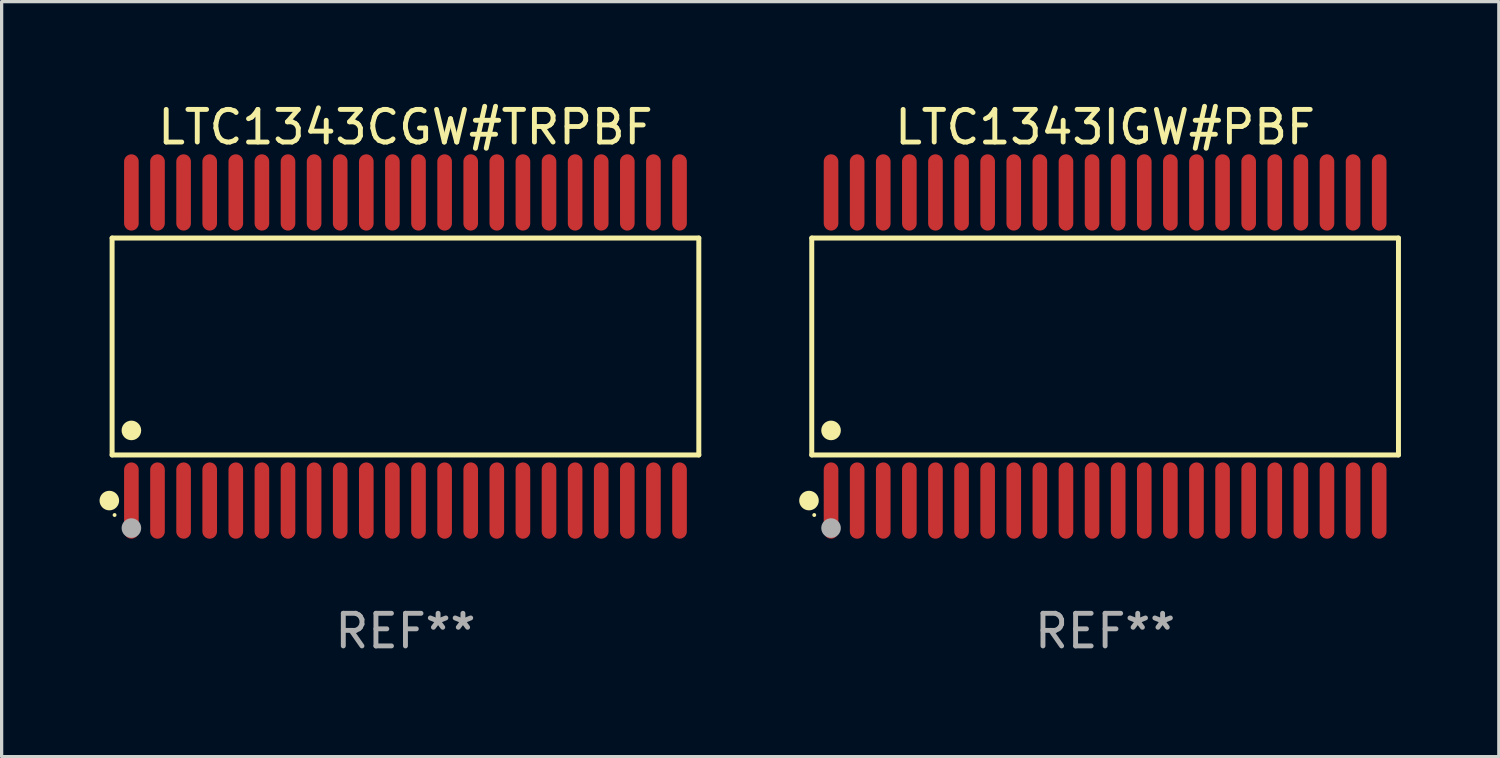
<source format=kicad_pcb>
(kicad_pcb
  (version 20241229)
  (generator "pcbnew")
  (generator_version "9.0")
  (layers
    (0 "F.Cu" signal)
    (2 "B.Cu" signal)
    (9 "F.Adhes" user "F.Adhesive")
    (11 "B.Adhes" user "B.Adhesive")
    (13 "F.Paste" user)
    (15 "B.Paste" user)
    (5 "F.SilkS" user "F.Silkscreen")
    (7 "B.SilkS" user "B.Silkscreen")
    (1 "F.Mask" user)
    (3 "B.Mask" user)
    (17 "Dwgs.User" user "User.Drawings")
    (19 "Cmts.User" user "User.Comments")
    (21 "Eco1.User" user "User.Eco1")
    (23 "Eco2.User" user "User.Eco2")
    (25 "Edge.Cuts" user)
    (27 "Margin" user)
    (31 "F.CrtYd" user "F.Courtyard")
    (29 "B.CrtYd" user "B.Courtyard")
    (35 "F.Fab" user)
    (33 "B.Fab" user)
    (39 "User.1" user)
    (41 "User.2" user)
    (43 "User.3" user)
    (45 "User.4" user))
  (footprint "LTC1343IGW#PBF"
    (layer "F.Cu")
    (at 30.821 7.57)
    (property "Reference" "LTC1343IGW#PBF" (at 0 -6.722 0) (layer "F.SilkS") (effects (font (size 1 1) (thickness 0.15))))
    (attr through_hole)
    (fp_line (start -8.991 -3.324) (end 8.991 -3.324) (stroke (width 0.152) (type solid)) (layer "F.SilkS"))
    (fp_line (start -8.991 3.324) (end -8.991 -3.324) (stroke (width 0.152) (type solid)) (layer "F.SilkS"))
    (fp_line (start 8.991 -3.324) (end 8.991 3.324) (stroke (width 0.152) (type solid)) (layer "F.SilkS"))
    (fp_line (start 8.991 3.324) (end -8.991 3.324) (stroke (width 0.152) (type solid)) (layer "F.SilkS"))
    (fp_circle (center -9.076 4.722) (end -8.926 4.722) (stroke (width 0.3) (type solid)) (fill no) (layer "F.SilkS"))
    (fp_circle (center -8.915 5.165) (end -8.885 5.165) (stroke (width 0.06) (type solid)) (fill no) (layer "F.SilkS"))
    (fp_circle (center -8.4 2.572) (end -8.25 2.572) (stroke (width 0.3) (type solid)) (fill no) (layer "F.SilkS"))
    (fp_circle (center -8.4 5.565) (end -8.25 5.565) (stroke (width 0.3) (type solid)) (fill no) (layer "F.Fab"))
    (fp_text user "REF**" (at 0 8.722 0) (layer "F.Fab") (effects (font (size 1 1) (thickness 0.15))))
    (pad "1" smd oval (at -8.4 4.722) (size 0.448 2.337) (layers "F.Cu" "F.Mask" "F.Paste"))
    (pad "2" smd oval (at -7.6 4.722) (size 0.448 2.337) (layers "F.Cu" "F.Mask" "F.Paste"))
    (pad "3" smd oval (at -6.8 4.722) (size 0.448 2.337) (layers "F.Cu" "F.Mask" "F.Paste"))
    (pad "4" smd oval (at -6 4.722) (size 0.448 2.337) (layers "F.Cu" "F.Mask" "F.Paste"))
    (pad "5" smd oval (at -5.2 4.722) (size 0.448 2.337) (layers "F.Cu" "F.Mask" "F.Paste"))
    (pad "6" smd oval (at -4.4 4.722) (size 0.448 2.337) (layers "F.Cu" "F.Mask" "F.Paste"))
    (pad "7" smd oval (at -3.6 4.722) (size 0.448 2.337) (layers "F.Cu" "F.Mask" "F.Paste"))
    (pad "8" smd oval (at -2.8 4.722) (size 0.448 2.337) (layers "F.Cu" "F.Mask" "F.Paste"))
    (pad "9" smd oval (at -2 4.722) (size 0.448 2.337) (layers "F.Cu" "F.Mask" "F.Paste"))
    (pad "10" smd oval (at -1.2 4.722) (size 0.448 2.337) (layers "F.Cu" "F.Mask" "F.Paste"))
    (pad "11" smd oval (at -0.4 4.722) (size 0.448 2.337) (layers "F.Cu" "F.Mask" "F.Paste"))
    (pad "12" smd oval (at 0.4 4.722) (size 0.448 2.337) (layers "F.Cu" "F.Mask" "F.Paste"))
    (pad "13" smd oval (at 1.2 4.722) (size 0.448 2.337) (layers "F.Cu" "F.Mask" "F.Paste"))
    (pad "14" smd oval (at 2 4.722) (size 0.448 2.337) (layers "F.Cu" "F.Mask" "F.Paste"))
    (pad "15" smd oval (at 2.8 4.722) (size 0.448 2.337) (layers "F.Cu" "F.Mask" "F.Paste"))
    (pad "16" smd oval (at 3.6 4.722) (size 0.448 2.337) (layers "F.Cu" "F.Mask" "F.Paste"))
    (pad "17" smd oval (at 4.4 4.722) (size 0.448 2.337) (layers "F.Cu" "F.Mask" "F.Paste"))
    (pad "18" smd oval (at 5.2 4.722) (size 0.448 2.337) (layers "F.Cu" "F.Mask" "F.Paste"))
    (pad "19" smd oval (at 6 4.722) (size 0.448 2.337) (layers "F.Cu" "F.Mask" "F.Paste"))
    (pad "20" smd oval (at 6.8 4.722) (size 0.448 2.337) (layers "F.Cu" "F.Mask" "F.Paste"))
    (pad "21" smd oval (at 7.6 4.722) (size 0.448 2.337) (layers "F.Cu" "F.Mask" "F.Paste"))
    (pad "22" smd oval (at 8.4 4.722) (size 0.448 2.337) (layers "F.Cu" "F.Mask" "F.Paste"))
    (pad "23" smd oval (at 8.4 -4.722) (size 0.448 2.337) (layers "F.Cu" "F.Mask" "F.Paste"))
    (pad "24" smd oval (at 7.6 -4.722) (size 0.448 2.337) (layers "F.Cu" "F.Mask" "F.Paste"))
    (pad "25" smd oval (at 6.8 -4.722) (size 0.448 2.337) (layers "F.Cu" "F.Mask" "F.Paste"))
    (pad "26" smd oval (at 6 -4.722) (size 0.448 2.337) (layers "F.Cu" "F.Mask" "F.Paste"))
    (pad "27" smd oval (at 5.2 -4.722) (size 0.448 2.337) (layers "F.Cu" "F.Mask" "F.Paste"))
    (pad "28" smd oval (at 4.4 -4.722) (size 0.448 2.337) (layers "F.Cu" "F.Mask" "F.Paste"))
    (pad "29" smd oval (at 3.6 -4.722) (size 0.448 2.337) (layers "F.Cu" "F.Mask" "F.Paste"))
    (pad "30" smd oval (at 2.8 -4.722) (size 0.448 2.337) (layers "F.Cu" "F.Mask" "F.Paste"))
    (pad "31" smd oval (at 2 -4.722) (size 0.448 2.337) (layers "F.Cu" "F.Mask" "F.Paste"))
    (pad "32" smd oval (at 1.2 -4.722) (size 0.448 2.337) (layers "F.Cu" "F.Mask" "F.Paste"))
    (pad "33" smd oval (at 0.4 -4.722) (size 0.448 2.337) (layers "F.Cu" "F.Mask" "F.Paste"))
    (pad "34" smd oval (at -0.4 -4.722) (size 0.448 2.337) (layers "F.Cu" "F.Mask" "F.Paste"))
    (pad "35" smd oval (at -1.2 -4.722) (size 0.448 2.337) (layers "F.Cu" "F.Mask" "F.Paste"))
    (pad "36" smd oval (at -2 -4.722) (size 0.448 2.337) (layers "F.Cu" "F.Mask" "F.Paste"))
    (pad "37" smd oval (at -2.8 -4.722) (size 0.448 2.337) (layers "F.Cu" "F.Mask" "F.Paste"))
    (pad "38" smd oval (at -3.6 -4.722) (size 0.448 2.337) (layers "F.Cu" "F.Mask" "F.Paste"))
    (pad "39" smd oval (at -4.4 -4.722) (size 0.448 2.337) (layers "F.Cu" "F.Mask" "F.Paste"))
    (pad "40" smd oval (at -5.2 -4.722) (size 0.448 2.337) (layers "F.Cu" "F.Mask" "F.Paste"))
    (pad "41" smd oval (at -6 -4.722) (size 0.448 2.337) (layers "F.Cu" "F.Mask" "F.Paste"))
    (pad "42" smd oval (at -6.8 -4.722) (size 0.448 2.337) (layers "F.Cu" "F.Mask" "F.Paste"))
    (pad "43" smd oval (at -7.6 -4.722) (size 0.448 2.337) (layers "F.Cu" "F.Mask" "F.Paste"))
    (pad "44" smd oval (at -8.4 -4.722) (size 0.448 2.337) (layers "F.Cu" "F.Mask" "F.Paste")))
  (footprint "LTC1343CGW#TRPBF"
    (layer "F.Cu")
    (at 9.377 7.57)
    (property "Reference" "LTC1343CGW#TRPBF" (at 0 -6.722 0) (layer "F.SilkS") (effects (font (size 1 1) (thickness 0.15))))
    (attr through_hole)
    (fp_line (start -8.991 -3.324) (end 8.991 -3.324) (stroke (width 0.152) (type solid)) (layer "F.SilkS"))
    (fp_line (start -8.991 3.324) (end -8.991 -3.324) (stroke (width 0.152) (type solid)) (layer "F.SilkS"))
    (fp_line (start 8.991 -3.324) (end 8.991 3.324) (stroke (width 0.152) (type solid)) (layer "F.SilkS"))
    (fp_line (start 8.991 3.324) (end -8.991 3.324) (stroke (width 0.152) (type solid)) (layer "F.SilkS"))
    (fp_circle (center -9.076 4.722) (end -8.926 4.722) (stroke (width 0.3) (type solid)) (fill no) (layer "F.SilkS"))
    (fp_circle (center -8.915 5.165) (end -8.885 5.165) (stroke (width 0.06) (type solid)) (fill no) (layer "F.SilkS"))
    (fp_circle (center -8.4 2.572) (end -8.25 2.572) (stroke (width 0.3) (type solid)) (fill no) (layer "F.SilkS"))
    (fp_circle (center -8.4 5.565) (end -8.25 5.565) (stroke (width 0.3) (type solid)) (fill no) (layer "F.Fab"))
    (fp_text user "REF**" (at 0 8.722 0) (layer "F.Fab") (effects (font (size 1 1) (thickness 0.15))))
    (pad "1" smd oval (at -8.4 4.722) (size 0.448 2.337) (layers "F.Cu" "F.Mask" "F.Paste"))
    (pad "2" smd oval (at -7.6 4.722) (size 0.448 2.337) (layers "F.Cu" "F.Mask" "F.Paste"))
    (pad "3" smd oval (at -6.8 4.722) (size 0.448 2.337) (layers "F.Cu" "F.Mask" "F.Paste"))
    (pad "4" smd oval (at -6 4.722) (size 0.448 2.337) (layers "F.Cu" "F.Mask" "F.Paste"))
    (pad "5" smd oval (at -5.2 4.722) (size 0.448 2.337) (layers "F.Cu" "F.Mask" "F.Paste"))
    (pad "6" smd oval (at -4.4 4.722) (size 0.448 2.337) (layers "F.Cu" "F.Mask" "F.Paste"))
    (pad "7" smd oval (at -3.6 4.722) (size 0.448 2.337) (layers "F.Cu" "F.Mask" "F.Paste"))
    (pad "8" smd oval (at -2.8 4.722) (size 0.448 2.337) (layers "F.Cu" "F.Mask" "F.Paste"))
    (pad "9" smd oval (at -2 4.722) (size 0.448 2.337) (layers "F.Cu" "F.Mask" "F.Paste"))
    (pad "10" smd oval (at -1.2 4.722) (size 0.448 2.337) (layers "F.Cu" "F.Mask" "F.Paste"))
    (pad "11" smd oval (at -0.4 4.722) (size 0.448 2.337) (layers "F.Cu" "F.Mask" "F.Paste"))
    (pad "12" smd oval (at 0.4 4.722) (size 0.448 2.337) (layers "F.Cu" "F.Mask" "F.Paste"))
    (pad "13" smd oval (at 1.2 4.722) (size 0.448 2.337) (layers "F.Cu" "F.Mask" "F.Paste"))
    (pad "14" smd oval (at 2 4.722) (size 0.448 2.337) (layers "F.Cu" "F.Mask" "F.Paste"))
    (pad "15" smd oval (at 2.8 4.722) (size 0.448 2.337) (layers "F.Cu" "F.Mask" "F.Paste"))
    (pad "16" smd oval (at 3.6 4.722) (size 0.448 2.337) (layers "F.Cu" "F.Mask" "F.Paste"))
    (pad "17" smd oval (at 4.4 4.722) (size 0.448 2.337) (layers "F.Cu" "F.Mask" "F.Paste"))
    (pad "18" smd oval (at 5.2 4.722) (size 0.448 2.337) (layers "F.Cu" "F.Mask" "F.Paste"))
    (pad "19" smd oval (at 6 4.722) (size 0.448 2.337) (layers "F.Cu" "F.Mask" "F.Paste"))
    (pad "20" smd oval (at 6.8 4.722) (size 0.448 2.337) (layers "F.Cu" "F.Mask" "F.Paste"))
    (pad "21" smd oval (at 7.6 4.722) (size 0.448 2.337) (layers "F.Cu" "F.Mask" "F.Paste"))
    (pad "22" smd oval (at 8.4 4.722) (size 0.448 2.337) (layers "F.Cu" "F.Mask" "F.Paste"))
    (pad "23" smd oval (at 8.4 -4.722) (size 0.448 2.337) (layers "F.Cu" "F.Mask" "F.Paste"))
    (pad "24" smd oval (at 7.6 -4.722) (size 0.448 2.337) (layers "F.Cu" "F.Mask" "F.Paste"))
    (pad "25" smd oval (at 6.8 -4.722) (size 0.448 2.337) (layers "F.Cu" "F.Mask" "F.Paste"))
    (pad "26" smd oval (at 6 -4.722) (size 0.448 2.337) (layers "F.Cu" "F.Mask" "F.Paste"))
    (pad "27" smd oval (at 5.2 -4.722) (size 0.448 2.337) (layers "F.Cu" "F.Mask" "F.Paste"))
    (pad "28" smd oval (at 4.4 -4.722) (size 0.448 2.337) (layers "F.Cu" "F.Mask" "F.Paste"))
    (pad "29" smd oval (at 3.6 -4.722) (size 0.448 2.337) (layers "F.Cu" "F.Mask" "F.Paste"))
    (pad "30" smd oval (at 2.8 -4.722) (size 0.448 2.337) (layers "F.Cu" "F.Mask" "F.Paste"))
    (pad "31" smd oval (at 2 -4.722) (size 0.448 2.337) (layers "F.Cu" "F.Mask" "F.Paste"))
    (pad "32" smd oval (at 1.2 -4.722) (size 0.448 2.337) (layers "F.Cu" "F.Mask" "F.Paste"))
    (pad "33" smd oval (at 0.4 -4.722) (size 0.448 2.337) (layers "F.Cu" "F.Mask" "F.Paste"))
    (pad "34" smd oval (at -0.4 -4.722) (size 0.448 2.337) (layers "F.Cu" "F.Mask" "F.Paste"))
    (pad "35" smd oval (at -1.2 -4.722) (size 0.448 2.337) (layers "F.Cu" "F.Mask" "F.Paste"))
    (pad "36" smd oval (at -2 -4.722) (size 0.448 2.337) (layers "F.Cu" "F.Mask" "F.Paste"))
    (pad "37" smd oval (at -2.8 -4.722) (size 0.448 2.337) (layers "F.Cu" "F.Mask" "F.Paste"))
    (pad "38" smd oval (at -3.6 -4.722) (size 0.448 2.337) (layers "F.Cu" "F.Mask" "F.Paste"))
    (pad "39" smd oval (at -4.4 -4.722) (size 0.448 2.337) (layers "F.Cu" "F.Mask" "F.Paste"))
    (pad "40" smd oval (at -5.2 -4.722) (size 0.448 2.337) (layers "F.Cu" "F.Mask" "F.Paste"))
    (pad "41" smd oval (at -6 -4.722) (size 0.448 2.337) (layers "F.Cu" "F.Mask" "F.Paste"))
    (pad "42" smd oval (at -6.8 -4.722) (size 0.448 2.337) (layers "F.Cu" "F.Mask" "F.Paste"))
    (pad "43" smd oval (at -7.6 -4.722) (size 0.448 2.337) (layers "F.Cu" "F.Mask" "F.Paste"))
    (pad "44" smd oval (at -8.4 -4.722) (size 0.448 2.337) (layers "F.Cu" "F.Mask" "F.Paste")))
  (gr_rect
    (start -3 -3)
    (end 42.888 20.14)
    (stroke (width 0.1) (type default))
    (fill no)
    (layer "Edge.Cuts")))
</source>
